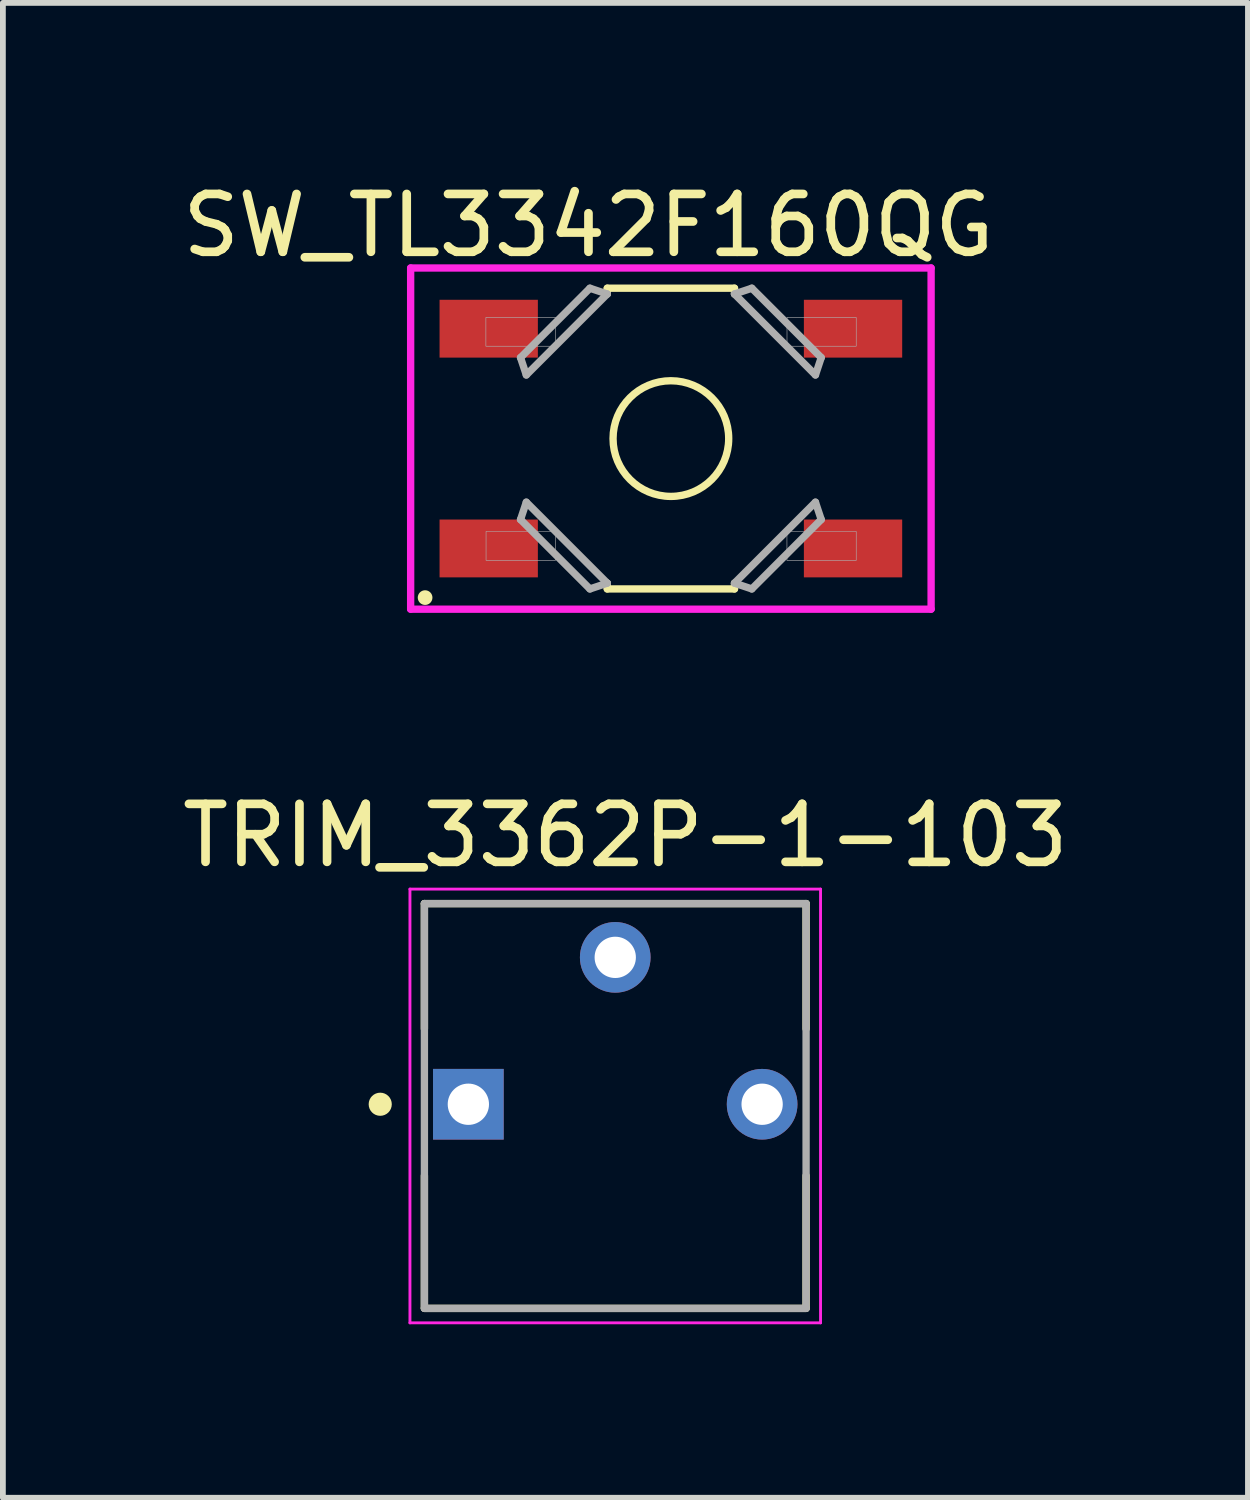
<source format=kicad_pcb>
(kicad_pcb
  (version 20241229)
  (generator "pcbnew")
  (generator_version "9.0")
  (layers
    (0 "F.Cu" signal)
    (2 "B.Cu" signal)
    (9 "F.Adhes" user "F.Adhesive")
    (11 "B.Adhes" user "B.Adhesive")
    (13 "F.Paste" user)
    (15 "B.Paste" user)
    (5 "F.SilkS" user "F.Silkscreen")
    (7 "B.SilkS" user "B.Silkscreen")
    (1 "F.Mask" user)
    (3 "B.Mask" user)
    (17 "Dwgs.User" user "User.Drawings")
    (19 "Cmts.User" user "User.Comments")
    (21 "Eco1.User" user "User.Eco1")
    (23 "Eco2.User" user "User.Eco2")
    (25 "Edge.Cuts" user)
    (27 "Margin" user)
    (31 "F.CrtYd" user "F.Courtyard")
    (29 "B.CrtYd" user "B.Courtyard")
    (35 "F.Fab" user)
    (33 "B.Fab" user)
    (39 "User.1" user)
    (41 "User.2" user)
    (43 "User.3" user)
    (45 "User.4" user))
  (footprint "TRIM_3362P-1-103"
    (layer "F.Cu")
    (at 7.589 16.045)
    (property "Reference" "TRIM_3362P-1-103" (at 0.175 -4.648 0) (layer "F.SilkS") (effects (font (size 1.003 1.003) (thickness 0.15))))
    (attr through_hole)
    (fp_line (start -3.3 -3.47) (end 3.3 -3.47) (stroke (width 0.127) (type solid)) (layer "F.SilkS"))
    (fp_line (start -3.3 -1.305) (end -3.3 -3.47) (stroke (width 0.127) (type solid)) (layer "F.SilkS"))
    (fp_line (start -3.3 3.52) (end -3.3 1.235) (stroke (width 0.127) (type solid)) (layer "F.SilkS"))
    (fp_line (start 3.3 -3.47) (end 3.3 -1.305) (stroke (width 0.127) (type solid)) (layer "F.SilkS"))
    (fp_line (start 3.3 1.235) (end 3.3 3.52) (stroke (width 0.127) (type solid)) (layer "F.SilkS"))
    (fp_line (start 3.3 3.53) (end -3.3 3.53) (stroke (width 0.127) (type solid)) (layer "F.SilkS"))
    (fp_circle (center -4.064 0) (end -3.964 0) (stroke (width 0.2) (type solid)) (fill no) (layer "F.SilkS"))
    (fp_line (start -3.55 -3.72) (end 3.55 -3.72) (stroke (width 0.05) (type solid)) (layer "F.CrtYd"))
    (fp_line (start -3.55 3.78) (end -3.55 -3.72) (stroke (width 0.05) (type solid)) (layer "F.CrtYd"))
    (fp_line (start 3.55 -3.72) (end 3.55 3.78) (stroke (width 0.05) (type solid)) (layer "F.CrtYd"))
    (fp_line (start 3.55 3.78) (end -3.55 3.78) (stroke (width 0.05) (type solid)) (layer "F.CrtYd"))
    (fp_line (start -3.3 -3.47) (end 3.3 -3.47) (stroke (width 0.127) (type solid)) (layer "F.Fab"))
    (fp_line (start -3.3 3.53) (end -3.3 -3.47) (stroke (width 0.127) (type solid)) (layer "F.Fab"))
    (fp_line (start 3.3 -3.47) (end 3.3 3.53) (stroke (width 0.127) (type solid)) (layer "F.Fab"))
    (fp_line (start 3.3 3.53) (end -3.3 3.53) (stroke (width 0.127) (type solid)) (layer "F.Fab"))
    (pad "1" thru_hole rect (at -2.54 0) (size 1.222 1.222) (drill 0.714) (layers "*.Cu" "*.Mask"))
    (pad "2" thru_hole circle (at 0 -2.54) (size 1.222 1.222) (drill 0.714) (layers "*.Cu" "*.Mask"))
    (pad "3" thru_hole circle (at 2.54 0) (size 1.222 1.222) (drill 0.714) (layers "*.Cu" "*.Mask")))
  (footprint "SW_TL3342F160QG"
    (layer "F.Cu")
    (at 8.551 4.534)
    (property "Reference" "SW_TL3342F160QG" (at -1.425 -3.685 0) (layer "F.SilkS") (effects (font (size 1 1) (thickness 0.15))))
    (attr smd)
    (fp_line (start -1.1 -2.6) (end -1.1 -2.5) (stroke (width 0.127) (type solid)) (layer "F.SilkS"))
    (fp_line (start -1.1 -2.6) (end 1.1 -2.6) (stroke (width 0.127) (type solid)) (layer "F.SilkS"))
    (fp_line (start -1.1 2.5) (end -1.1 2.6) (stroke (width 0.127) (type solid)) (layer "F.SilkS"))
    (fp_line (start -1.1 2.6) (end 1.1 2.6) (stroke (width 0.127) (type solid)) (layer "F.SilkS"))
    (fp_line (start 1.1 -2.5) (end 1.1 -2.6) (stroke (width 0.127) (type solid)) (layer "F.SilkS"))
    (fp_line (start 1.1 2.5) (end 1.1 2.6) (stroke (width 0.127) (type solid)) (layer "F.SilkS"))
    (fp_circle (center -4.25 2.75) (end -4.123 2.75) (stroke (width 0) (type solid)) (fill yes) (layer "F.SilkS"))
    (fp_circle (center 0 0) (end 1 0) (stroke (width 0.127) (type solid)) (fill no) (layer "F.SilkS"))
    (fp_line (start -4.5 -2.95) (end 4.5 -2.95) (stroke (width 0.127) (type solid)) (layer "F.CrtYd"))
    (fp_line (start -4.5 2.95) (end -4.5 -2.95) (stroke (width 0.127) (type solid)) (layer "F.CrtYd"))
    (fp_line (start 4.5 -2.95) (end 4.5 2.95) (stroke (width 0.127) (type solid)) (layer "F.CrtYd"))
    (fp_line (start 4.5 2.95) (end -4.5 2.95) (stroke (width 0.127) (type solid)) (layer "F.CrtYd"))
    (fp_line (start -2.6 -1.4) (end -2.5 -1.1) (stroke (width 0.127) (type solid)) (layer "F.Fab"))
    (fp_line (start -2.6 -1.4) (end -1.4 -2.6) (stroke (width 0.127) (type solid)) (layer "F.Fab"))
    (fp_line (start -2.6 1.4) (end -2.5 1.1) (stroke (width 0.127) (type solid)) (layer "F.Fab"))
    (fp_line (start -2.6 1.4) (end -1.4 2.6) (stroke (width 0.127) (type solid)) (layer "F.Fab"))
    (fp_line (start -2.5 -1.1) (end -1.1 -2.5) (stroke (width 0.127) (type solid)) (layer "F.Fab"))
    (fp_line (start -2.5 1.1) (end -1.1 2.5) (stroke (width 0.127) (type solid)) (layer "F.Fab"))
    (fp_line (start -1.4 -2.6) (end -1.1 -2.5) (stroke (width 0.127) (type solid)) (layer "F.Fab"))
    (fp_line (start -1.4 2.6) (end -1.1 2.5) (stroke (width 0.127) (type solid)) (layer "F.Fab"))
    (fp_line (start 1.1 -2.5) (end 2.5 -1.1) (stroke (width 0.127) (type solid)) (layer "F.Fab"))
    (fp_line (start 1.1 2.5) (end 2.5 1.1) (stroke (width 0.127) (type solid)) (layer "F.Fab"))
    (fp_line (start 1.4 -2.6) (end 1.1 -2.5) (stroke (width 0.127) (type solid)) (layer "F.Fab"))
    (fp_line (start 1.4 -2.6) (end 2.6 -1.4) (stroke (width 0.127) (type solid)) (layer "F.Fab"))
    (fp_line (start 1.4 2.6) (end 1.1 2.5) (stroke (width 0.127) (type solid)) (layer "F.Fab"))
    (fp_line (start 1.4 2.6) (end 2.6 1.4) (stroke (width 0.127) (type solid)) (layer "F.Fab"))
    (fp_line (start 2.6 -1.4) (end 2.5 -1.1) (stroke (width 0.127) (type solid)) (layer "F.Fab"))
    (fp_line (start 2.6 1.4) (end 2.5 1.1) (stroke (width 0.127) (type solid)) (layer "F.Fab"))
    (fp_poly (pts (xy -3.199 -2.095) (xy -1.995 -2.095) (xy -1.995 -1.597) (xy -3.199 -1.597)) (stroke (width 0.01) (type solid)) (fill no) (layer "F.Fab"))
    (fp_poly (pts (xy -3.196 1.605) (xy -1.995 1.605) (xy -1.995 2.106) (xy -3.196 2.106)) (stroke (width 0.01) (type solid)) (fill no) (layer "F.Fab"))
    (fp_poly (pts (xy 2.007 1.605) (xy 3.205 1.605) (xy 3.205 2.107) (xy 2.007 2.107)) (stroke (width 0.01) (type solid)) (fill no) (layer "F.Fab"))
    (fp_poly (pts (xy 2.008 -2.095) (xy 3.205 -2.095) (xy 3.205 -1.597) (xy 2.008 -1.597)) (stroke (width 0.01) (type solid)) (fill no) (layer "F.Fab"))
    (pad "1" smd rect (at -3.15 1.9) (size 1.7 1) (layers "F.Cu" "F.Mask" "F.Paste"))
    (pad "2" smd rect (at 3.15 1.9) (size 1.7 1) (layers "F.Cu" "F.Mask" "F.Paste"))
    (pad "3" smd rect (at -3.15 -1.9) (size 1.7 1) (layers "F.Cu" "F.Mask" "F.Paste"))
    (pad "4" smd rect (at 3.15 -1.9) (size 1.7 1) (layers "F.Cu" "F.Mask" "F.Paste")))
  (gr_rect
    (start -3 -3)
    (end 18.53 22.85)
    (stroke (width 0.1) (type default))
    (fill no)
    (layer "Edge.Cuts")))
</source>
